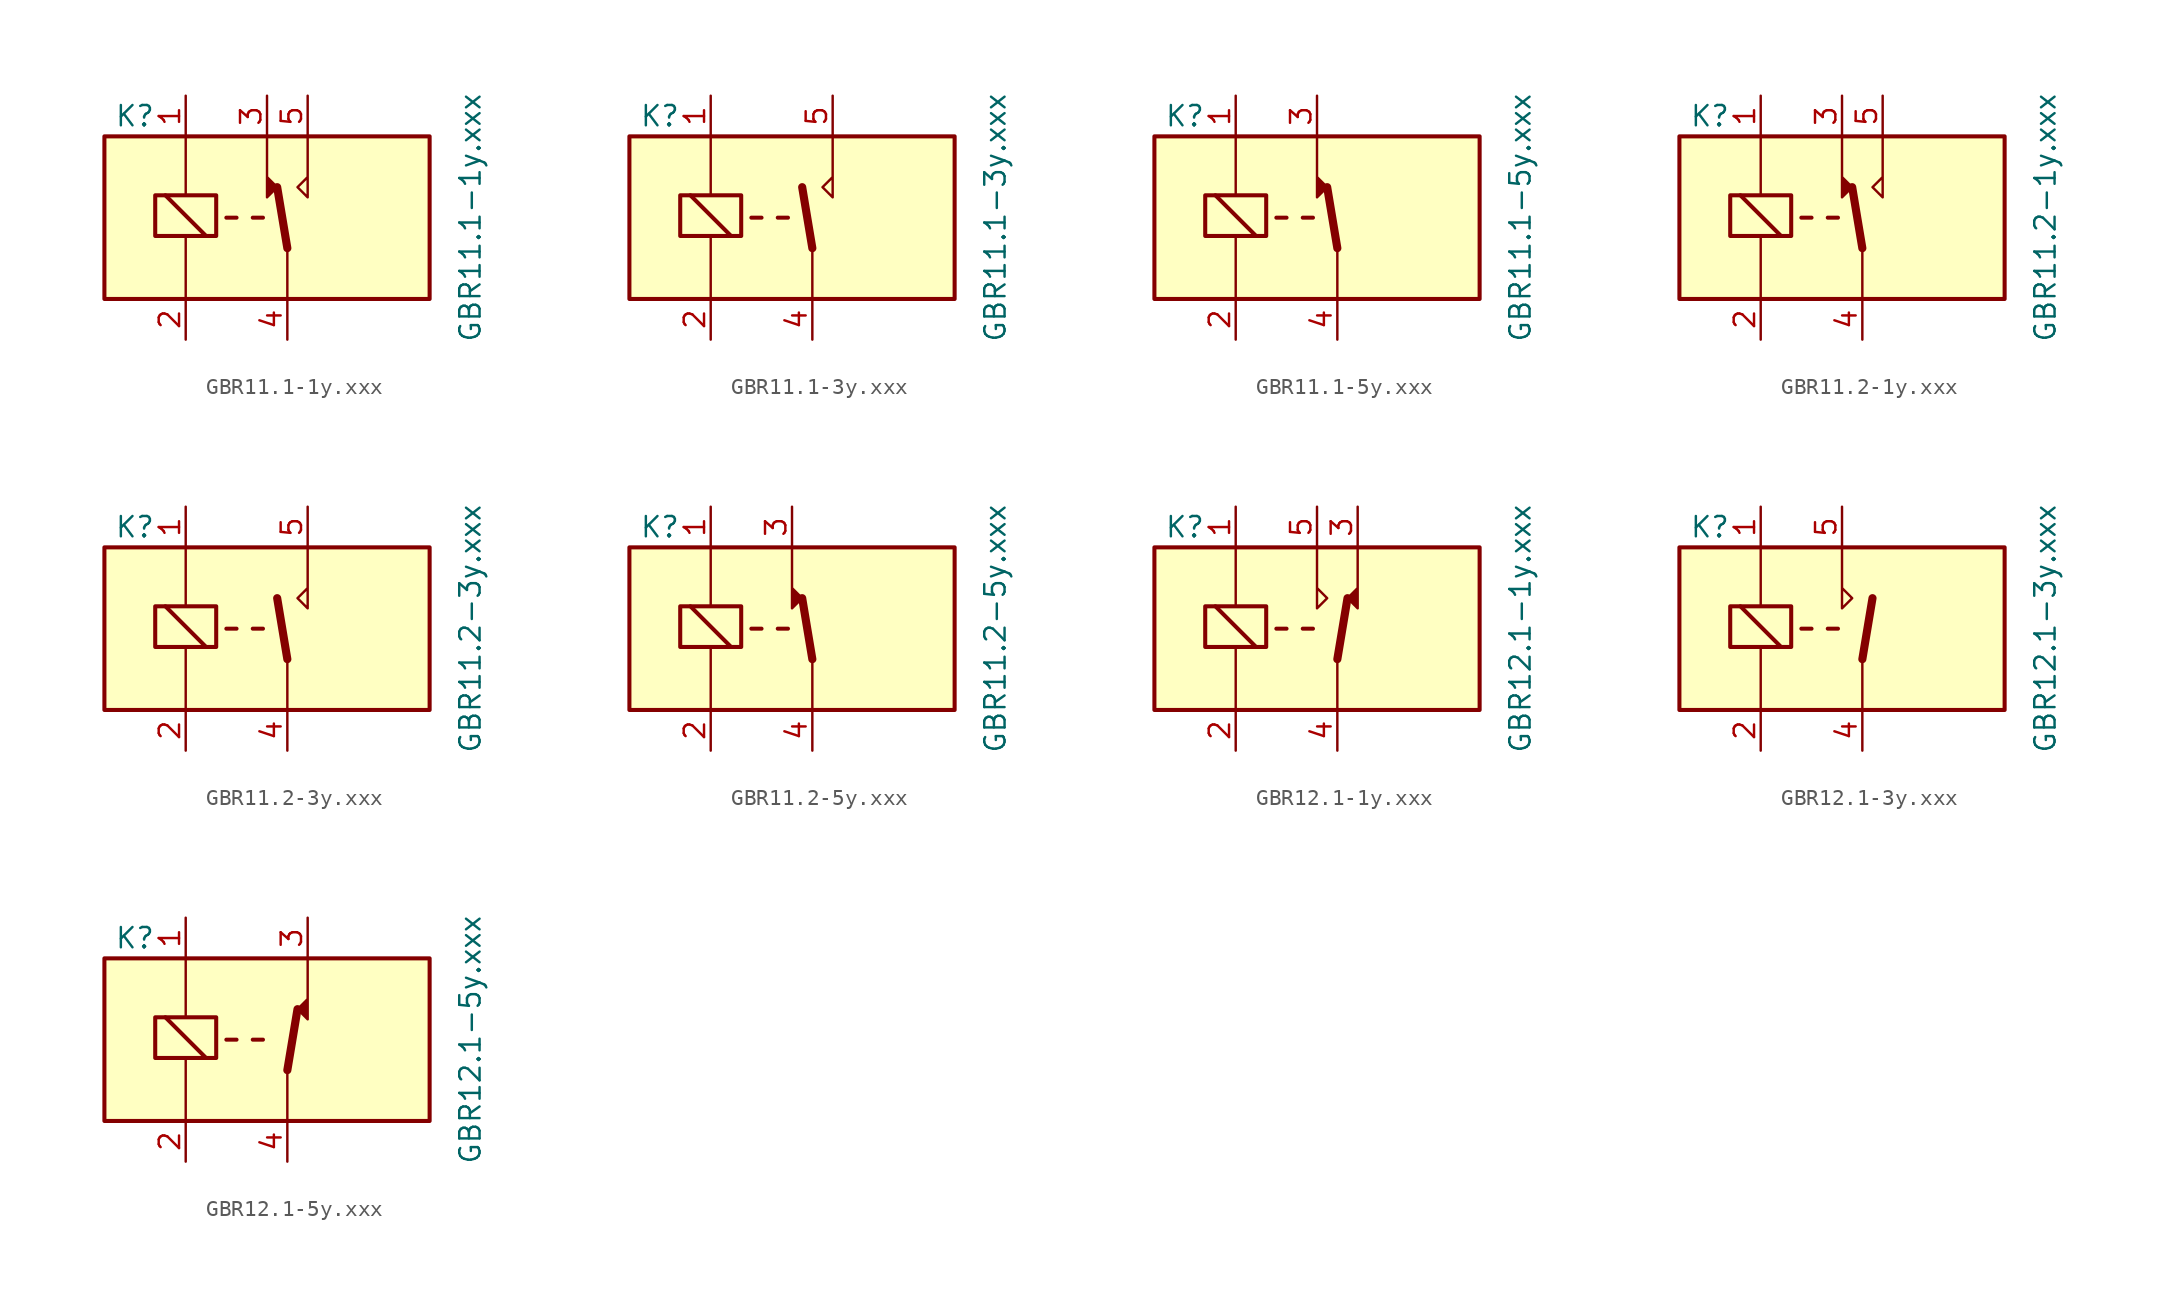
<source format=kicad_sym>
(kicad_symbol_lib
  (version 20211014)
  (generator kicad_symbol_editor)
  (symbol "GBR11.1-1y.xxx"
    (property "Reference" "K"
      (at -9.525 6.35 0)
      (effects (font (size 1.27 1.27))))
    (property "Value" "GBR11.1-1y.xxx"
      (at 11.43 0 90)
      (effects (font (size 1.27 1.27))))
    (symbol "GBR11.1-1y.xxx_1_1"
      (rectangle (start -11.43 5.08) (end 8.89 -5.08) (stroke (width 0.254) (type default) (color 0 0 0 0)) (fill (type background)))
      (rectangle (start -8.255 -1.143) (end -4.445 1.397) (stroke (width 0.254) (type default) (color 0 0 0 0)) (fill (type none)))
      (polyline (pts (xy -6.35 -1.27) (xy -6.35 -4.953)) (stroke (width 0) (type default) (color 0 0 0 0)) (fill (type none)))
      (polyline (pts (xy -6.35 5.08) (xy -6.35 1.397)) (stroke (width 0) (type default) (color 0 0 0 0)) (fill (type none)))
      (polyline (pts (xy -5.08 -1.143) (xy -7.62 1.397)) (stroke (width 0.254) (type default) (color 0 0 0 0)) (fill (type none)))
      (polyline (pts (xy -3.175 0) (xy -3.81 0)) (stroke (width 0.254) (type default) (color 0 0 0 0)) (fill (type none)))
      (polyline (pts (xy -1.524 0) (xy -2.159 0)) (stroke (width 0.254) (type default) (color 0 0 0 0)) (fill (type none)))
      (polyline (pts (xy 0 -1.905) (xy -0.635 1.905)) (stroke (width 0.508) (type default) (color 0 0 0 0)) (fill (type none)))
      (polyline (pts (xy 0 -1.905) (xy 0 -5.08)) (stroke (width 0) (type default) (color 0 0 0 0)) (fill (type none)))
      (polyline (pts (xy -1.27 5.08) (xy -1.27 1.27) (xy -0.635 1.905) (xy -1.27 2.54)) (stroke (width 0) (type default) (color 0 0 0 0)) (fill (type outline)))
      (polyline (pts (xy 1.27 5.08) (xy 1.27 1.27) (xy 0.635 1.905) (xy 1.27 2.54)) (stroke (width 0) (type default) (color 0 0 0 0)) (fill (type none)))
      (pin passive line (at -6.35 7.62 270) (length 2.54) (name "~" (effects (font (size 1.27 1.27)))) (number "1" (effects (font (size 1.27 1.27)))))
      (pin passive line (at -6.35 -7.62 90) (length 2.54) (name "~" (effects (font (size 1.27 1.27)))) (number "2" (effects (font (size 1.27 1.27)))))
      (pin passive line (at -1.27 7.62 270) (length 2.54) (name "~" (effects (font (size 1.27 1.27)))) (number "3" (effects (font (size 1.27 1.27)))))
      (pin passive line (at 0 -7.62 90) (length 2.54) (name "~" (effects (font (size 1.27 1.27)))) (number "4" (effects (font (size 1.27 1.27)))))
      (pin passive line (at 1.27 7.62 270) (length 2.54) (name "~" (effects (font (size 1.27 1.27)))) (number "5" (effects (font (size 1.27 1.27)))))))
  (symbol "GBR11.1-3y.xxx"
    (property "Reference" "K"
      (at -9.525 6.35 0)
      (effects (font (size 1.27 1.27))))
    (property "Value" "GBR11.1-3y.xxx"
      (at 11.43 0 90)
      (effects (font (size 1.27 1.27))))
    (symbol "GBR11.1-3y.xxx_1_1"
      (rectangle (start -11.43 5.08) (end 8.89 -5.08) (stroke (width 0.254) (type default) (color 0 0 0 0)) (fill (type background)))
      (rectangle (start -8.255 -1.143) (end -4.445 1.397) (stroke (width 0.254) (type default) (color 0 0 0 0)) (fill (type none)))
      (polyline (pts (xy -6.35 -1.27) (xy -6.35 -4.953)) (stroke (width 0) (type default) (color 0 0 0 0)) (fill (type none)))
      (polyline (pts (xy -6.35 5.08) (xy -6.35 1.397)) (stroke (width 0) (type default) (color 0 0 0 0)) (fill (type none)))
      (polyline (pts (xy -5.08 -1.143) (xy -7.62 1.397)) (stroke (width 0.254) (type default) (color 0 0 0 0)) (fill (type none)))
      (polyline (pts (xy -3.175 0) (xy -3.81 0)) (stroke (width 0.254) (type default) (color 0 0 0 0)) (fill (type none)))
      (polyline (pts (xy -1.524 0) (xy -2.159 0)) (stroke (width 0.254) (type default) (color 0 0 0 0)) (fill (type none)))
      (polyline (pts (xy 0 -1.905) (xy -0.635 1.905)) (stroke (width 0.508) (type default) (color 0 0 0 0)) (fill (type none)))
      (polyline (pts (xy 0 -1.905) (xy 0 -5.08)) (stroke (width 0) (type default) (color 0 0 0 0)) (fill (type none)))
      (polyline (pts (xy 1.27 5.08) (xy 1.27 1.27) (xy 0.635 1.905) (xy 1.27 2.54)) (stroke (width 0) (type default) (color 0 0 0 0)) (fill (type none)))
      (pin passive line (at -6.35 7.62 270) (length 2.54) (name "~" (effects (font (size 1.27 1.27)))) (number "1" (effects (font (size 1.27 1.27)))))
      (pin passive line (at -6.35 -7.62 90) (length 2.54) (name "~" (effects (font (size 1.27 1.27)))) (number "2" (effects (font (size 1.27 1.27)))))
      (pin passive line (at 0 -7.62 90) (length 2.54) (name "~" (effects (font (size 1.27 1.27)))) (number "4" (effects (font (size 1.27 1.27)))))
      (pin passive line (at 1.27 7.62 270) (length 2.54) (name "~" (effects (font (size 1.27 1.27)))) (number "5" (effects (font (size 1.27 1.27)))))))
  (symbol "GBR11.1-5y.xxx"
    (property "Reference" "K"
      (at -9.525 6.35 0)
      (effects (font (size 1.27 1.27))))
    (property "Value" "GBR11.1-5y.xxx"
      (at 11.43 0 90)
      (effects (font (size 1.27 1.27))))
    (symbol "GBR11.1-5y.xxx_1_1"
      (rectangle (start -11.43 5.08) (end 8.89 -5.08) (stroke (width 0.254) (type default) (color 0 0 0 0)) (fill (type background)))
      (rectangle (start -8.255 -1.143) (end -4.445 1.397) (stroke (width 0.254) (type default) (color 0 0 0 0)) (fill (type none)))
      (polyline (pts (xy -6.35 -1.27) (xy -6.35 -4.953)) (stroke (width 0) (type default) (color 0 0 0 0)) (fill (type none)))
      (polyline (pts (xy -6.35 5.08) (xy -6.35 1.397)) (stroke (width 0) (type default) (color 0 0 0 0)) (fill (type none)))
      (polyline (pts (xy -5.08 -1.143) (xy -7.62 1.397)) (stroke (width 0.254) (type default) (color 0 0 0 0)) (fill (type none)))
      (polyline (pts (xy -3.175 0) (xy -3.81 0)) (stroke (width 0.254) (type default) (color 0 0 0 0)) (fill (type none)))
      (polyline (pts (xy -1.524 0) (xy -2.159 0)) (stroke (width 0.254) (type default) (color 0 0 0 0)) (fill (type none)))
      (polyline (pts (xy 0 -1.905) (xy -0.635 1.905)) (stroke (width 0.508) (type default) (color 0 0 0 0)) (fill (type none)))
      (polyline (pts (xy 0 -1.905) (xy 0 -5.08)) (stroke (width 0) (type default) (color 0 0 0 0)) (fill (type none)))
      (polyline (pts (xy -1.27 5.08) (xy -1.27 1.27) (xy -0.635 1.905) (xy -1.27 2.54)) (stroke (width 0) (type default) (color 0 0 0 0)) (fill (type outline)))
      (pin passive line (at -6.35 7.62 270) (length 2.54) (name "~" (effects (font (size 1.27 1.27)))) (number "1" (effects (font (size 1.27 1.27)))))
      (pin passive line (at -6.35 -7.62 90) (length 2.54) (name "~" (effects (font (size 1.27 1.27)))) (number "2" (effects (font (size 1.27 1.27)))))
      (pin passive line (at -1.27 7.62 270) (length 2.54) (name "~" (effects (font (size 1.27 1.27)))) (number "3" (effects (font (size 1.27 1.27)))))
      (pin passive line (at 0 -7.62 90) (length 2.54) (name "~" (effects (font (size 1.27 1.27)))) (number "4" (effects (font (size 1.27 1.27)))))))
  (symbol "GBR11.2-1y.xxx"
    (property "Reference" "K"
      (at -9.525 6.35 0)
      (effects (font (size 1.27 1.27))))
    (property "Value" "GBR11.2-1y.xxx"
      (at 11.43 0 90)
      (effects (font (size 1.27 1.27))))
    (symbol "GBR11.2-1y.xxx_1_1"
      (rectangle (start -11.43 5.08) (end 8.89 -5.08) (stroke (width 0.254) (type default) (color 0 0 0 0)) (fill (type background)))
      (rectangle (start -8.255 -1.143) (end -4.445 1.397) (stroke (width 0.254) (type default) (color 0 0 0 0)) (fill (type none)))
      (polyline (pts (xy -6.35 -1.27) (xy -6.35 -4.953)) (stroke (width 0) (type default) (color 0 0 0 0)) (fill (type none)))
      (polyline (pts (xy -6.35 5.08) (xy -6.35 1.397)) (stroke (width 0) (type default) (color 0 0 0 0)) (fill (type none)))
      (polyline (pts (xy -5.08 -1.143) (xy -7.62 1.397)) (stroke (width 0.254) (type default) (color 0 0 0 0)) (fill (type none)))
      (polyline (pts (xy -3.175 0) (xy -3.81 0)) (stroke (width 0.254) (type default) (color 0 0 0 0)) (fill (type none)))
      (polyline (pts (xy -1.524 0) (xy -2.159 0)) (stroke (width 0.254) (type default) (color 0 0 0 0)) (fill (type none)))
      (polyline (pts (xy 0 -1.905) (xy -0.635 1.905)) (stroke (width 0.508) (type default) (color 0 0 0 0)) (fill (type none)))
      (polyline (pts (xy 0 -1.905) (xy 0 -5.08)) (stroke (width 0) (type default) (color 0 0 0 0)) (fill (type none)))
      (polyline (pts (xy -1.27 5.08) (xy -1.27 1.27) (xy -0.635 1.905) (xy -1.27 2.54)) (stroke (width 0) (type default) (color 0 0 0 0)) (fill (type outline)))
      (polyline (pts (xy 1.27 5.08) (xy 1.27 1.27) (xy 0.635 1.905) (xy 1.27 2.54)) (stroke (width 0) (type default) (color 0 0 0 0)) (fill (type none)))
      (pin passive line (at -6.35 7.62 270) (length 2.54) (name "~" (effects (font (size 1.27 1.27)))) (number "1" (effects (font (size 1.27 1.27)))))
      (pin passive line (at -6.35 -7.62 90) (length 2.54) (name "~" (effects (font (size 1.27 1.27)))) (number "2" (effects (font (size 1.27 1.27)))))
      (pin passive line (at -1.27 7.62 270) (length 2.54) (name "~" (effects (font (size 1.27 1.27)))) (number "3" (effects (font (size 1.27 1.27)))))
      (pin passive line (at 0 -7.62 90) (length 2.54) (name "~" (effects (font (size 1.27 1.27)))) (number "4" (effects (font (size 1.27 1.27)))))
      (pin passive line (at 1.27 7.62 270) (length 2.54) (name "~" (effects (font (size 1.27 1.27)))) (number "5" (effects (font (size 1.27 1.27)))))))
  (symbol "GBR11.2-3y.xxx"
    (property "Reference" "K"
      (at -9.525 6.35 0)
      (effects (font (size 1.27 1.27))))
    (property "Value" "GBR11.2-3y.xxx"
      (at 11.43 0 90)
      (effects (font (size 1.27 1.27))))
    (symbol "GBR11.2-3y.xxx_1_1"
      (rectangle (start -11.43 5.08) (end 8.89 -5.08) (stroke (width 0.254) (type default) (color 0 0 0 0)) (fill (type background)))
      (rectangle (start -8.255 -1.143) (end -4.445 1.397) (stroke (width 0.254) (type default) (color 0 0 0 0)) (fill (type none)))
      (polyline (pts (xy -6.35 -1.27) (xy -6.35 -4.953)) (stroke (width 0) (type default) (color 0 0 0 0)) (fill (type none)))
      (polyline (pts (xy -6.35 5.08) (xy -6.35 1.397)) (stroke (width 0) (type default) (color 0 0 0 0)) (fill (type none)))
      (polyline (pts (xy -5.08 -1.143) (xy -7.62 1.397)) (stroke (width 0.254) (type default) (color 0 0 0 0)) (fill (type none)))
      (polyline (pts (xy -3.175 0) (xy -3.81 0)) (stroke (width 0.254) (type default) (color 0 0 0 0)) (fill (type none)))
      (polyline (pts (xy -1.524 0) (xy -2.159 0)) (stroke (width 0.254) (type default) (color 0 0 0 0)) (fill (type none)))
      (polyline (pts (xy 0 -1.905) (xy -0.635 1.905)) (stroke (width 0.508) (type default) (color 0 0 0 0)) (fill (type none)))
      (polyline (pts (xy 0 -1.905) (xy 0 -5.08)) (stroke (width 0) (type default) (color 0 0 0 0)) (fill (type none)))
      (polyline (pts (xy 1.27 5.08) (xy 1.27 1.27) (xy 0.635 1.905) (xy 1.27 2.54)) (stroke (width 0) (type default) (color 0 0 0 0)) (fill (type none)))
      (pin passive line (at -6.35 7.62 270) (length 2.54) (name "~" (effects (font (size 1.27 1.27)))) (number "1" (effects (font (size 1.27 1.27)))))
      (pin passive line (at -6.35 -7.62 90) (length 2.54) (name "~" (effects (font (size 1.27 1.27)))) (number "2" (effects (font (size 1.27 1.27)))))
      (pin passive line (at 0 -7.62 90) (length 2.54) (name "~" (effects (font (size 1.27 1.27)))) (number "4" (effects (font (size 1.27 1.27)))))
      (pin passive line (at 1.27 7.62 270) (length 2.54) (name "~" (effects (font (size 1.27 1.27)))) (number "5" (effects (font (size 1.27 1.27)))))))
  (symbol "GBR11.2-5y.xxx"
    (property "Reference" "K"
      (at -9.525 6.35 0)
      (effects (font (size 1.27 1.27))))
    (property "Value" "GBR11.2-5y.xxx"
      (at 11.43 0 90)
      (effects (font (size 1.27 1.27))))
    (symbol "GBR11.2-5y.xxx_1_1"
      (rectangle (start -11.43 5.08) (end 8.89 -5.08) (stroke (width 0.254) (type default) (color 0 0 0 0)) (fill (type background)))
      (rectangle (start -8.255 -1.143) (end -4.445 1.397) (stroke (width 0.254) (type default) (color 0 0 0 0)) (fill (type none)))
      (polyline (pts (xy -6.35 -1.27) (xy -6.35 -4.953)) (stroke (width 0) (type default) (color 0 0 0 0)) (fill (type none)))
      (polyline (pts (xy -6.35 5.08) (xy -6.35 1.397)) (stroke (width 0) (type default) (color 0 0 0 0)) (fill (type none)))
      (polyline (pts (xy -5.08 -1.143) (xy -7.62 1.397)) (stroke (width 0.254) (type default) (color 0 0 0 0)) (fill (type none)))
      (polyline (pts (xy -3.175 0) (xy -3.81 0)) (stroke (width 0.254) (type default) (color 0 0 0 0)) (fill (type none)))
      (polyline (pts (xy -1.524 0) (xy -2.159 0)) (stroke (width 0.254) (type default) (color 0 0 0 0)) (fill (type none)))
      (polyline (pts (xy 0 -1.905) (xy -0.635 1.905)) (stroke (width 0.508) (type default) (color 0 0 0 0)) (fill (type none)))
      (polyline (pts (xy 0 -1.905) (xy 0 -5.08)) (stroke (width 0) (type default) (color 0 0 0 0)) (fill (type none)))
      (polyline (pts (xy -1.27 5.08) (xy -1.27 1.27) (xy -0.635 1.905) (xy -1.27 2.54)) (stroke (width 0) (type default) (color 0 0 0 0)) (fill (type outline)))
      (pin passive line (at -6.35 7.62 270) (length 2.54) (name "~" (effects (font (size 1.27 1.27)))) (number "1" (effects (font (size 1.27 1.27)))))
      (pin passive line (at -6.35 -7.62 90) (length 2.54) (name "~" (effects (font (size 1.27 1.27)))) (number "2" (effects (font (size 1.27 1.27)))))
      (pin passive line (at -1.27 7.62 270) (length 2.54) (name "~" (effects (font (size 1.27 1.27)))) (number "3" (effects (font (size 1.27 1.27)))))
      (pin passive line (at 0 -7.62 90) (length 2.54) (name "~" (effects (font (size 1.27 1.27)))) (number "4" (effects (font (size 1.27 1.27)))))))
  (symbol "GBR12.1-1y.xxx"
    (property "Reference" "K"
      (at -9.525 6.35 0)
      (effects (font (size 1.27 1.27))))
    (property "Value" "GBR12.1-1y.xxx"
      (at 11.43 0 90)
      (effects (font (size 1.27 1.27))))
    (symbol "GBR12.1-1y.xxx_1_1"
      (rectangle (start -11.43 5.08) (end 8.89 -5.08) (stroke (width 0.254) (type default) (color 0 0 0 0)) (fill (type background)))
      (rectangle (start -8.255 -1.143) (end -4.445 1.397) (stroke (width 0.254) (type default) (color 0 0 0 0)) (fill (type none)))
      (polyline (pts (xy -6.35 -1.27) (xy -6.35 -4.953)) (stroke (width 0) (type default) (color 0 0 0 0)) (fill (type none)))
      (polyline (pts (xy -6.35 5.08) (xy -6.35 1.397)) (stroke (width 0) (type default) (color 0 0 0 0)) (fill (type none)))
      (polyline (pts (xy -5.08 -1.143) (xy -7.62 1.397)) (stroke (width 0.254) (type default) (color 0 0 0 0)) (fill (type none)))
      (polyline (pts (xy -3.175 0) (xy -3.81 0)) (stroke (width 0.254) (type default) (color 0 0 0 0)) (fill (type none)))
      (polyline (pts (xy -1.524 0) (xy -2.159 0)) (stroke (width 0.254) (type default) (color 0 0 0 0)) (fill (type none)))
      (polyline (pts (xy 0 -1.905) (xy 0 -5.08)) (stroke (width 0) (type default) (color 0 0 0 0)) (fill (type none)))
      (polyline (pts (xy 0 -1.905) (xy 0.635 1.905)) (stroke (width 0.508) (type default) (color 0 0 0 0)) (fill (type none)))
      (polyline (pts (xy -1.27 5.08) (xy -1.27 1.27) (xy -0.635 1.905) (xy -1.27 2.54)) (stroke (width 0) (type default) (color 0 0 0 0)) (fill (type none)))
      (polyline (pts (xy 1.27 5.08) (xy 1.27 1.27) (xy 0.635 1.905) (xy 1.27 2.54)) (stroke (width 0) (type default) (color 0 0 0 0)) (fill (type outline)))
      (pin passive line (at -6.35 7.62 270) (length 2.54) (name "~" (effects (font (size 1.27 1.27)))) (number "1" (effects (font (size 1.27 1.27)))))
      (pin passive line (at -6.35 -7.62 90) (length 2.54) (name "~" (effects (font (size 1.27 1.27)))) (number "2" (effects (font (size 1.27 1.27)))))
      (pin passive line (at 1.27 7.62 270) (length 2.54) (name "~" (effects (font (size 1.27 1.27)))) (number "3" (effects (font (size 1.27 1.27)))))
      (pin passive line (at 0 -7.62 90) (length 2.54) (name "~" (effects (font (size 1.27 1.27)))) (number "4" (effects (font (size 1.27 1.27)))))
      (pin passive line (at -1.27 7.62 270) (length 2.54) (name "~" (effects (font (size 1.27 1.27)))) (number "5" (effects (font (size 1.27 1.27)))))))
  (symbol "GBR12.1-3y.xxx"
    (property "Reference" "K"
      (at -9.525 6.35 0)
      (effects (font (size 1.27 1.27))))
    (property "Value" "GBR12.1-3y.xxx"
      (at 11.43 0 90)
      (effects (font (size 1.27 1.27))))
    (symbol "GBR12.1-3y.xxx_1_1"
      (rectangle (start -11.43 5.08) (end 8.89 -5.08) (stroke (width 0.254) (type default) (color 0 0 0 0)) (fill (type background)))
      (rectangle (start -8.255 -1.143) (end -4.445 1.397) (stroke (width 0.254) (type default) (color 0 0 0 0)) (fill (type none)))
      (polyline (pts (xy -6.35 -1.27) (xy -6.35 -4.953)) (stroke (width 0) (type default) (color 0 0 0 0)) (fill (type none)))
      (polyline (pts (xy -6.35 5.08) (xy -6.35 1.397)) (stroke (width 0) (type default) (color 0 0 0 0)) (fill (type none)))
      (polyline (pts (xy -5.08 -1.143) (xy -7.62 1.397)) (stroke (width 0.254) (type default) (color 0 0 0 0)) (fill (type none)))
      (polyline (pts (xy -3.175 0) (xy -3.81 0)) (stroke (width 0.254) (type default) (color 0 0 0 0)) (fill (type none)))
      (polyline (pts (xy -1.524 0) (xy -2.159 0)) (stroke (width 0.254) (type default) (color 0 0 0 0)) (fill (type none)))
      (polyline (pts (xy 0 -1.905) (xy 0 -5.08)) (stroke (width 0) (type default) (color 0 0 0 0)) (fill (type none)))
      (polyline (pts (xy 0 -1.905) (xy 0.635 1.905)) (stroke (width 0.508) (type default) (color 0 0 0 0)) (fill (type none)))
      (polyline (pts (xy -1.27 5.08) (xy -1.27 1.27) (xy -0.635 1.905) (xy -1.27 2.54)) (stroke (width 0) (type default) (color 0 0 0 0)) (fill (type none)))
      (pin passive line (at -6.35 7.62 270) (length 2.54) (name "~" (effects (font (size 1.27 1.27)))) (number "1" (effects (font (size 1.27 1.27)))))
      (pin passive line (at -6.35 -7.62 90) (length 2.54) (name "~" (effects (font (size 1.27 1.27)))) (number "2" (effects (font (size 1.27 1.27)))))
      (pin passive line (at 0 -7.62 90) (length 2.54) (name "~" (effects (font (size 1.27 1.27)))) (number "4" (effects (font (size 1.27 1.27)))))
      (pin passive line (at -1.27 7.62 270) (length 2.54) (name "~" (effects (font (size 1.27 1.27)))) (number "5" (effects (font (size 1.27 1.27)))))))
  (symbol "GBR12.1-5y.xxx"
    (property "Reference" "K"
      (at -9.525 6.35 0)
      (effects (font (size 1.27 1.27))))
    (property "Value" "GBR12.1-5y.xxx"
      (at 11.43 0 90)
      (effects (font (size 1.27 1.27))))
    (symbol "GBR12.1-5y.xxx_1_1"
      (rectangle (start -11.43 5.08) (end 8.89 -5.08) (stroke (width 0.254) (type default) (color 0 0 0 0)) (fill (type background)))
      (rectangle (start -8.255 -1.143) (end -4.445 1.397) (stroke (width 0.254) (type default) (color 0 0 0 0)) (fill (type none)))
      (polyline (pts (xy -6.35 -1.27) (xy -6.35 -4.953)) (stroke (width 0) (type default) (color 0 0 0 0)) (fill (type none)))
      (polyline (pts (xy -6.35 5.08) (xy -6.35 1.397)) (stroke (width 0) (type default) (color 0 0 0 0)) (fill (type none)))
      (polyline (pts (xy -5.08 -1.143) (xy -7.62 1.397)) (stroke (width 0.254) (type default) (color 0 0 0 0)) (fill (type none)))
      (polyline (pts (xy -3.175 0) (xy -3.81 0)) (stroke (width 0.254) (type default) (color 0 0 0 0)) (fill (type none)))
      (polyline (pts (xy -1.524 0) (xy -2.159 0)) (stroke (width 0.254) (type default) (color 0 0 0 0)) (fill (type none)))
      (polyline (pts (xy 0 -1.905) (xy 0 -5.08)) (stroke (width 0) (type default) (color 0 0 0 0)) (fill (type none)))
      (polyline (pts (xy 0 -1.905) (xy 0.635 1.905)) (stroke (width 0.508) (type default) (color 0 0 0 0)) (fill (type none)))
      (polyline (pts (xy 1.27 5.08) (xy 1.27 1.27) (xy 0.635 1.905) (xy 1.27 2.54)) (stroke (width 0) (type default) (color 0 0 0 0)) (fill (type outline)))
      (pin passive line (at -6.35 7.62 270) (length 2.54) (name "~" (effects (font (size 1.27 1.27)))) (number "1" (effects (font (size 1.27 1.27)))))
      (pin passive line (at -6.35 -7.62 90) (length 2.54) (name "~" (effects (font (size 1.27 1.27)))) (number "2" (effects (font (size 1.27 1.27)))))
      (pin passive line (at 1.27 7.62 270) (length 2.54) (name "~" (effects (font (size 1.27 1.27)))) (number "3" (effects (font (size 1.27 1.27)))))
      (pin passive line (at 0 -7.62 90) (length 2.54) (name "~" (effects (font (size 1.27 1.27)))) (number "4" (effects (font (size 1.27 1.27))))))))
</source>
